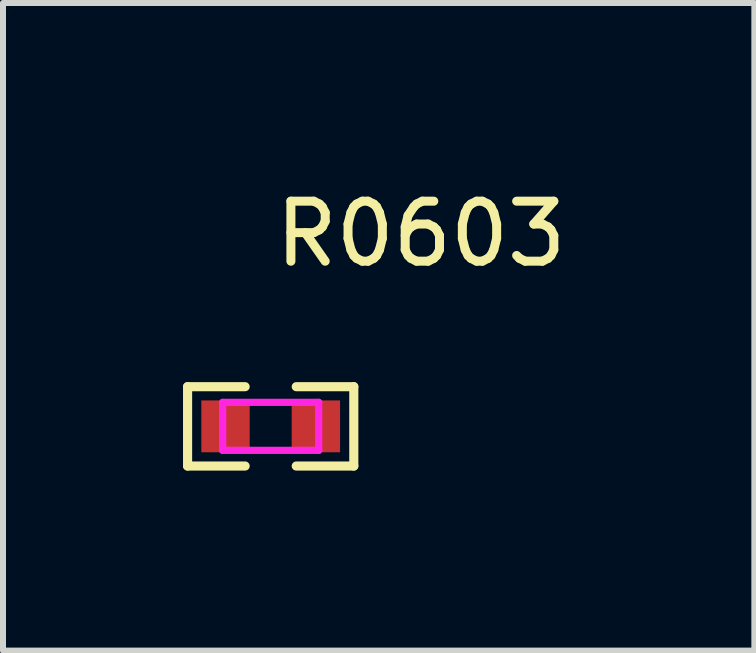
<source format=kicad_pcb>
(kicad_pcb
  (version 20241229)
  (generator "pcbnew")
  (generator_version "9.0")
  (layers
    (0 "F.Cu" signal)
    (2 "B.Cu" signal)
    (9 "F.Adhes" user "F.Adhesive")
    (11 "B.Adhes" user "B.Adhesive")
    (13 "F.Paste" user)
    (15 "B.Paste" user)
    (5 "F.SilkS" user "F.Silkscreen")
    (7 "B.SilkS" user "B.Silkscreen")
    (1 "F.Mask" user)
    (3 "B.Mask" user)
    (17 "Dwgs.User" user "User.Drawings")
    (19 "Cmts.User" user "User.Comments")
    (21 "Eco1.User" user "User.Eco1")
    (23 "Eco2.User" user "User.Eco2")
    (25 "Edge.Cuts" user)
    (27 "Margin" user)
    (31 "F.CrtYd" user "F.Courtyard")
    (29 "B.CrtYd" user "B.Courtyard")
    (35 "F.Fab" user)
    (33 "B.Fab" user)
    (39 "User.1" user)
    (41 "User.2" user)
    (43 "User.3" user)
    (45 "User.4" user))
  (footprint "R0603"
    (layer "F.Cu")
    (at 1.461 4.055)
    (property "Reference" "R0603" (at 0 -3.207 0) (layer "F.SilkS") (effects (font (size 1 1) (thickness 0.15)) (justify left)))
    (attr through_hole)
    (fp_line (start -1.385 -0.661) (end -0.426 -0.661) (stroke (width 0.152) (type solid)) (layer "F.SilkS"))
    (fp_line (start -1.385 0.661) (end -1.385 -0.661) (stroke (width 0.152) (type solid)) (layer "F.SilkS"))
    (fp_line (start -0.426 0.661) (end -1.385 0.661) (stroke (width 0.152) (type solid)) (layer "F.SilkS"))
    (fp_line (start 0.426 0.661) (end 1.385 0.661) (stroke (width 0.152) (type solid)) (layer "F.SilkS"))
    (fp_line (start 1.385 -0.661) (end 0.426 -0.661) (stroke (width 0.152) (type solid)) (layer "F.SilkS"))
    (fp_line (start 1.385 0.661) (end 1.385 -0.661) (stroke (width 0.152) (type solid)) (layer "F.SilkS"))
    (fp_poly (pts (xy -0.355 -0.4) (xy -0.355 -0.172) (xy -0.735 -0.172) (xy -0.735 0.158) (xy -0.355 0.158) (xy -0.355 0.4) (xy -0.405 0.45) (xy -1.195 0.45) (xy -1.245 0.4) (xy -1.245 -0.4) (xy -1.195 -0.45) (xy -0.405 -0.45)) (stroke (width 0.12) (type solid)) (fill yes) (layer "F.Paste"))
    (fp_poly (pts (xy 1.195 -0.45) (xy 0.395 -0.45) (xy 0.345 -0.4) (xy 0.345 -0.172) (xy 0.715 -0.172) (xy 0.715 0.158) (xy 0.345 0.158) (xy 0.345 0.4) (xy 0.395 0.45) (xy 1.195 0.45) (xy 1.245 0.4) (xy 1.245 -0.4)) (stroke (width 0.12) (type solid)) (fill yes) (layer "F.Paste"))
    (fp_circle (center -0.8 0.4) (end -0.77 0.4) (stroke (width 0.06) (type solid)) (fill no) (layer "Eco2.User"))
    (fp_poly (pts (xy -0.8 0.4) (xy -0.8 -0.4) (xy -0.5 -0.4) (xy -0.5 0.4)) (stroke (width 0.12) (type solid)) (fill no) (layer "Eco2.User"))
    (fp_poly (pts (xy 0.8 0.4) (xy 0.8 -0.4) (xy 0.5 -0.4) (xy 0.5 0.4)) (stroke (width 0.12) (type solid)) (fill no) (layer "Eco2.User"))
    (fp_line (start -0.8 -0.4) (end 0.8 -0.4) (stroke (width 0.12) (type solid)) (layer "F.CrtYd"))
    (fp_line (start -0.8 0.4) (end -0.8 -0.4) (stroke (width 0.12) (type solid)) (layer "F.CrtYd"))
    (fp_line (start 0.8 -0.4) (end 0.8 0.4) (stroke (width 0.12) (type solid)) (layer "F.CrtYd"))
    (fp_line (start 0.8 0.4) (end -0.8 0.4) (stroke (width 0.12) (type solid)) (layer "F.CrtYd"))
    (pad "1" smd rect (at -0.753 0) (size 0.806 0.864) (layers "F.Cu" "F.Mask" "F.Paste"))
    (pad "2" smd rect (at 0.753 0) (size 0.806 0.864) (layers "F.Cu" "F.Mask" "F.Paste")))
  (gr_rect
    (start -3 -3)
    (end 9.521 7.792)
    (stroke (width 0.1) (type default))
    (fill no)
    (layer "Edge.Cuts")))
</source>
